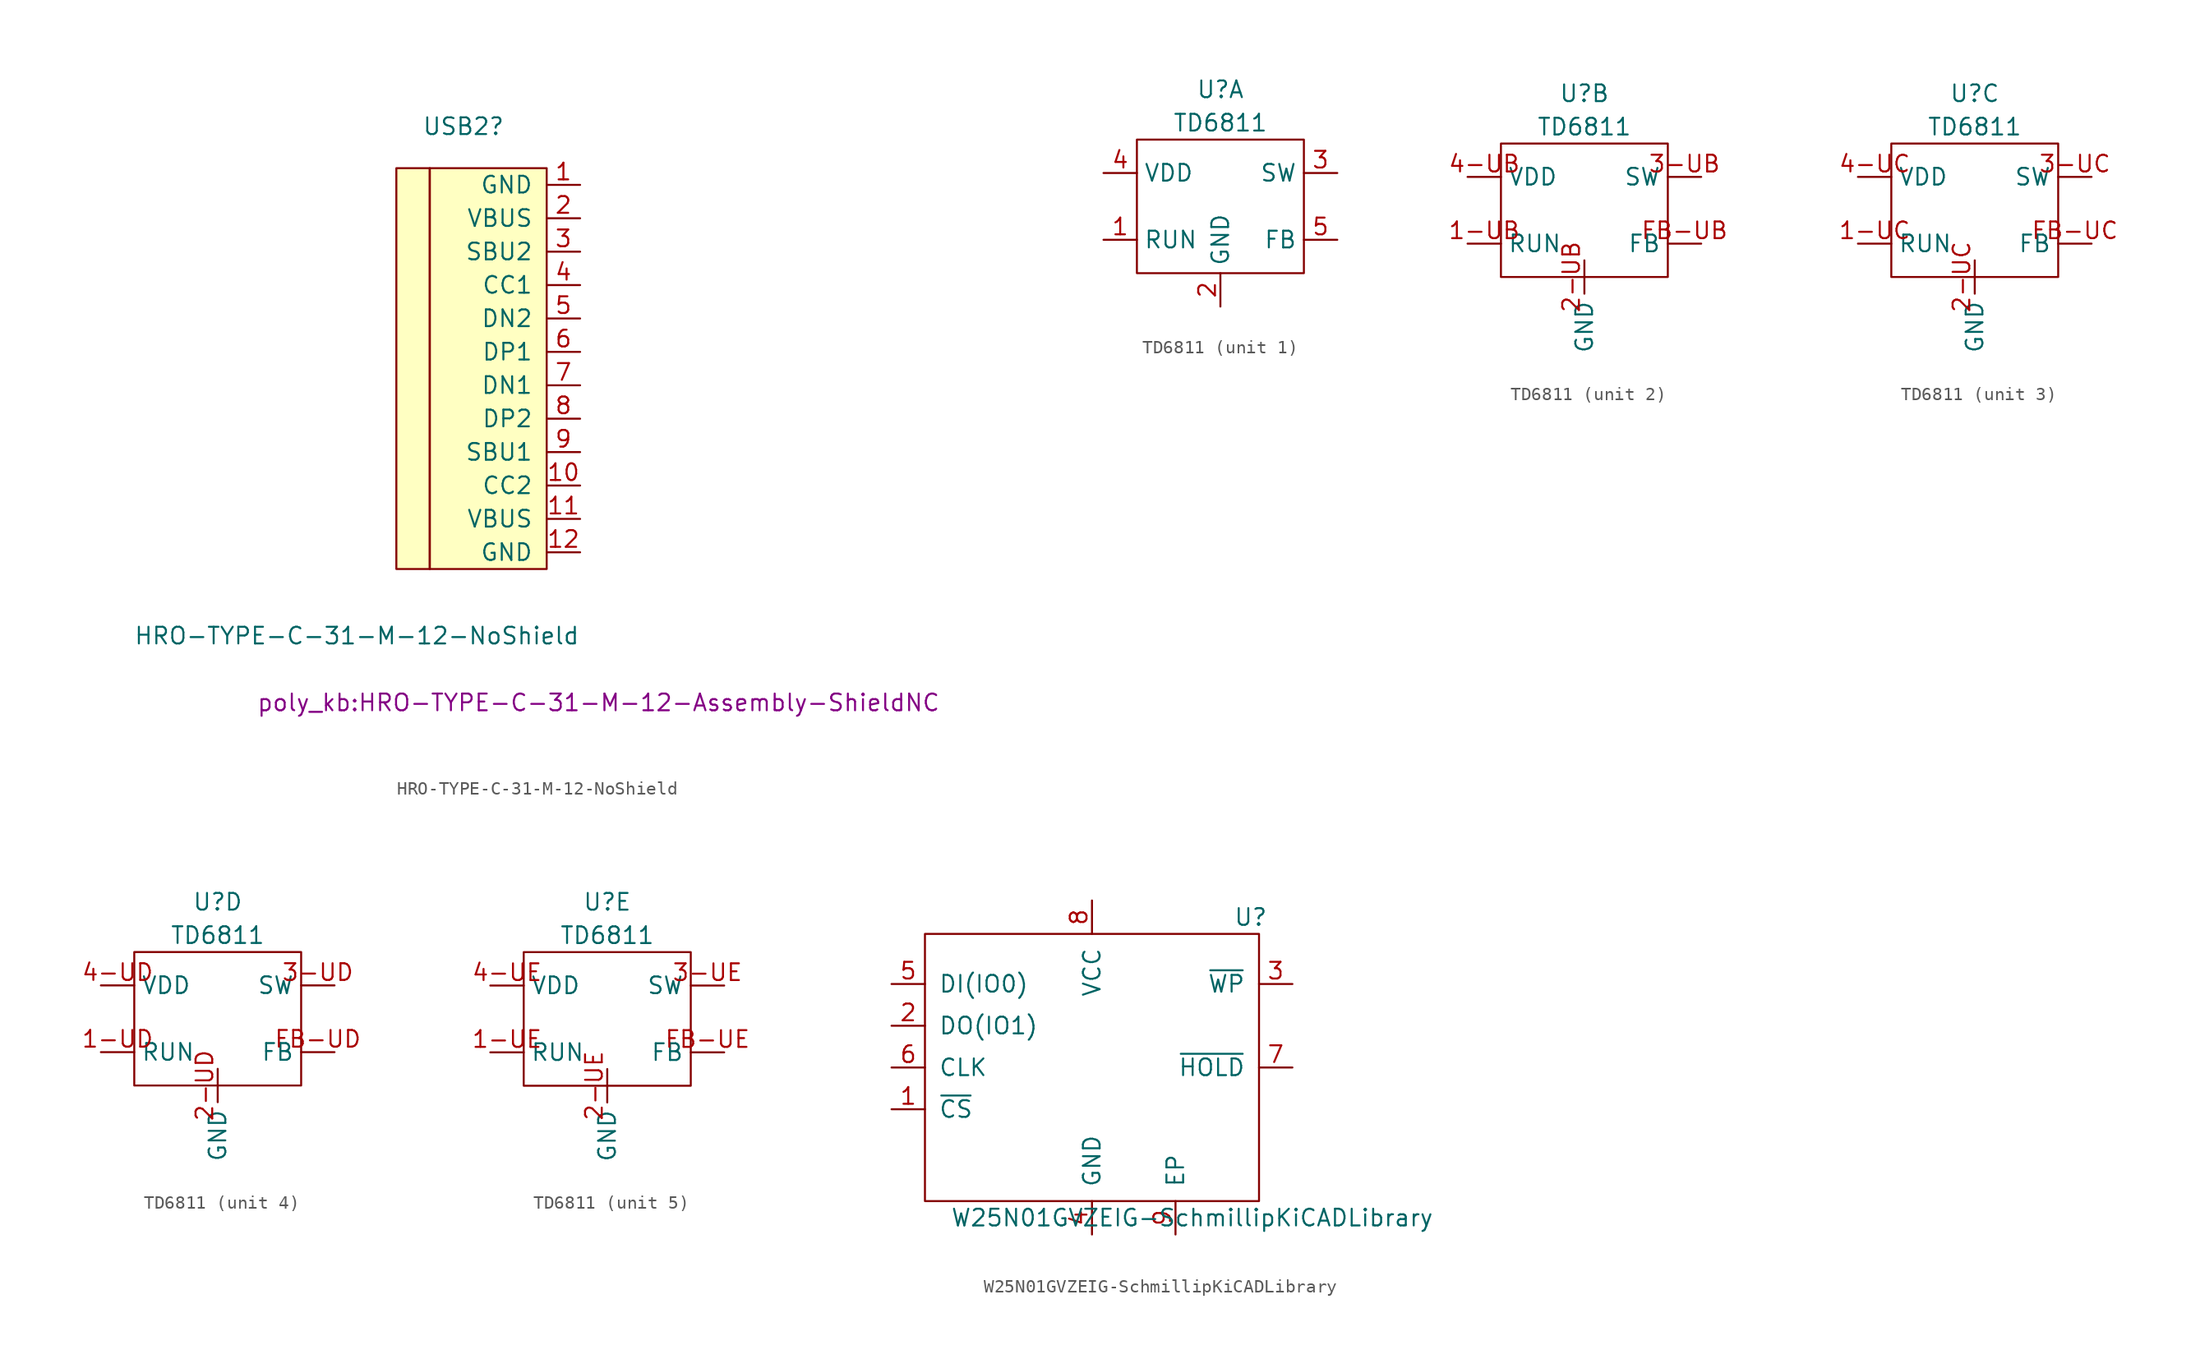
<source format=kicad_sym>
(kicad_symbol_lib
  (version 20211014)
  (generator kicad_symbol_editor)
  (symbol "HRO-TYPE-C-31-M-12-NoShield"
    (pin_names
      (offset 1.016))
    (property "Reference" "USB2"
      (at -3.175 18.415 0)
      (effects (font (size 1.27 1.27)) (justify right)))
    (property "Value" "HRO-TYPE-C-31-M-12-NoShield"
      (at 2.54 -20.32 0)
      (effects (font (size 1.27 1.27)) (justify right)))
    (property "Footprint" "poly_kb:HRO-TYPE-C-31-M-12-Assembly-ShieldNC"
      (at 3.937 -25.4 0)
      (effects (font (size 1.27 1.27))))
    (symbol "HRO-TYPE-C-31-M-12-NoShield_0_1"
      (rectangle (start -11.43 15.24) (end -8.89 -15.24) (stroke (width 0) (type default) (color 0 0 0 0)) (fill (type background)))
      (rectangle (start -8.89 15.24) (end 0 -15.24) (stroke (width 0) (type default) (color 0 0 0 0)) (fill (type background))))
    (symbol "HRO-TYPE-C-31-M-12-NoShield_1_1"
      (pin input line (at 2.54 13.97 180) (length 2.54) (name "GND" (effects (font (size 1.27 1.27)))) (number "1" (effects (font (size 1.27 1.27)))))
      (pin input line (at 2.54 -8.89 180) (length 2.54) (name "CC2" (effects (font (size 1.27 1.27)))) (number "10" (effects (font (size 1.27 1.27)))))
      (pin input line (at 2.54 -11.43 180) (length 2.54) (name "VBUS" (effects (font (size 1.27 1.27)))) (number "11" (effects (font (size 1.27 1.27)))))
      (pin input line (at 2.54 -13.97 180) (length 2.54) (name "GND" (effects (font (size 1.27 1.27)))) (number "12" (effects (font (size 1.27 1.27)))))
      (pin input line (at 2.54 11.43 180) (length 2.54) (name "VBUS" (effects (font (size 1.27 1.27)))) (number "2" (effects (font (size 1.27 1.27)))))
      (pin input line (at 2.54 8.89 180) (length 2.54) (name "SBU2" (effects (font (size 1.27 1.27)))) (number "3" (effects (font (size 1.27 1.27)))))
      (pin input line (at 2.54 6.35 180) (length 2.54) (name "CC1" (effects (font (size 1.27 1.27)))) (number "4" (effects (font (size 1.27 1.27)))))
      (pin input line (at 2.54 3.81 180) (length 2.54) (name "DN2" (effects (font (size 1.27 1.27)))) (number "5" (effects (font (size 1.27 1.27)))))
      (pin input line (at 2.54 1.27 180) (length 2.54) (name "DP1" (effects (font (size 1.27 1.27)))) (number "6" (effects (font (size 1.27 1.27)))))
      (pin input line (at 2.54 -1.27 180) (length 2.54) (name "DN1" (effects (font (size 1.27 1.27)))) (number "7" (effects (font (size 1.27 1.27)))))
      (pin input line (at 2.54 -3.81 180) (length 2.54) (name "DP2" (effects (font (size 1.27 1.27)))) (number "8" (effects (font (size 1.27 1.27)))))
      (pin input line (at 2.54 -6.35 180) (length 2.54) (name "SBU1" (effects (font (size 1.27 1.27)))) (number "9" (effects (font (size 1.27 1.27)))))))
  (symbol "TD6811"
    (property "Reference" "U"
      (at 0 8.89 0)
      (effects (font (size 1.27 1.27))))
    (property "Value" "TD6811"
      (at 0 6.35 0)
      (effects (font (size 1.27 1.27))))
    (symbol "TD6811_0_1"
      (rectangle (start -6.35 5.08) (end 6.35 -5.08) (stroke (width 0.152) (type default) (color 0 0 0 0)) (fill (type none))))
    (symbol "TD6811_1_1"
      (pin input line (at -8.89 -2.54 0) (length 2.54) (name "RUN" (effects (font (size 1.27 1.27)))) (number "1" (effects (font (size 1.27 1.27)))))
      (pin input line (at 0 -7.62 90) (length 2.54) (name "GND" (effects (font (size 1.27 1.27)))) (number "2" (effects (font (size 1.27 1.27)))))
      (pin output line (at 8.89 2.54 180) (length 2.54) (name "SW" (effects (font (size 1.27 1.27)))) (number "3" (effects (font (size 1.27 1.27)))))
      (pin input line (at -8.89 2.54 0) (length 2.54) (name "VDD" (effects (font (size 1.27 1.27)))) (number "4" (effects (font (size 1.27 1.27)))))
      (pin input line (at 8.89 -2.54 180) (length 2.54) (name "FB" (effects (font (size 1.27 1.27)))) (number "5" (effects (font (size 1.27 1.27))))))
    (symbol "TD6811_2_1"
      (pin input line (at -8.89 -2.54 0) (length 2.54) (name "RUN" (effects (font (size 1.27 1.27)))) (number "1-UB" (effects (font (size 1.27 1.27)))))
      (pin input line (at 0 -3.81 270) (length 2.54) (name "GND" (effects (font (size 1.27 1.27)))) (number "2-UB" (effects (font (size 1.27 1.27)))))
      (pin output line (at 8.89 2.54 180) (length 2.54) (name "SW" (effects (font (size 1.27 1.27)))) (number "3-UB" (effects (font (size 1.27 1.27)))))
      (pin input line (at -8.89 2.54 0) (length 2.54) (name "VDD" (effects (font (size 1.27 1.27)))) (number "4-UB" (effects (font (size 1.27 1.27)))))
      (pin input line (at 8.89 -2.54 180) (length 2.54) (name "FB" (effects (font (size 1.27 1.27)))) (number "FB-UB" (effects (font (size 1.27 1.27))))))
    (symbol "TD6811_3_1"
      (pin input line (at -8.89 -2.54 0) (length 2.54) (name "RUN" (effects (font (size 1.27 1.27)))) (number "1-UC" (effects (font (size 1.27 1.27)))))
      (pin input line (at 0 -3.81 270) (length 2.54) (name "GND" (effects (font (size 1.27 1.27)))) (number "2-UC" (effects (font (size 1.27 1.27)))))
      (pin output line (at 8.89 2.54 180) (length 2.54) (name "SW" (effects (font (size 1.27 1.27)))) (number "3-UC" (effects (font (size 1.27 1.27)))))
      (pin input line (at -8.89 2.54 0) (length 2.54) (name "VDD" (effects (font (size 1.27 1.27)))) (number "4-UC" (effects (font (size 1.27 1.27)))))
      (pin input line (at 8.89 -2.54 180) (length 2.54) (name "FB" (effects (font (size 1.27 1.27)))) (number "FB-UC" (effects (font (size 1.27 1.27))))))
    (symbol "TD6811_4_1"
      (pin input line (at -8.89 -2.54 0) (length 2.54) (name "RUN" (effects (font (size 1.27 1.27)))) (number "1-UD" (effects (font (size 1.27 1.27)))))
      (pin input line (at 0 -3.81 270) (length 2.54) (name "GND" (effects (font (size 1.27 1.27)))) (number "2-UD" (effects (font (size 1.27 1.27)))))
      (pin output line (at 8.89 2.54 180) (length 2.54) (name "SW" (effects (font (size 1.27 1.27)))) (number "3-UD" (effects (font (size 1.27 1.27)))))
      (pin input line (at -8.89 2.54 0) (length 2.54) (name "VDD" (effects (font (size 1.27 1.27)))) (number "4-UD" (effects (font (size 1.27 1.27)))))
      (pin input line (at 8.89 -2.54 180) (length 2.54) (name "FB" (effects (font (size 1.27 1.27)))) (number "FB-UD" (effects (font (size 1.27 1.27))))))
    (symbol "TD6811_5_1"
      (pin input line (at -8.89 -2.54 0) (length 2.54) (name "RUN" (effects (font (size 1.27 1.27)))) (number "1-UE" (effects (font (size 1.27 1.27)))))
      (pin input line (at 0 -3.81 270) (length 2.54) (name "GND" (effects (font (size 1.27 1.27)))) (number "2-UE" (effects (font (size 1.27 1.27)))))
      (pin output line (at 8.89 2.54 180) (length 2.54) (name "SW" (effects (font (size 1.27 1.27)))) (number "3-UE" (effects (font (size 1.27 1.27)))))
      (pin input line (at -8.89 2.54 0) (length 2.54) (name "VDD" (effects (font (size 1.27 1.27)))) (number "4-UE" (effects (font (size 1.27 1.27)))))
      (pin input line (at 8.89 -2.54 180) (length 2.54) (name "FB" (effects (font (size 1.27 1.27)))) (number "FB-UE" (effects (font (size 1.27 1.27)))))))
  (symbol "W25N01GVZEIG-SchmillipKiCADLibrary"
    (pin_names
      (offset 1.016))
    (property "Reference" "U"
      (at 12.065 11.43 0)
      (effects (font (size 1.27 1.27))))
    (property "Value" "W25N01GVZEIG-SchmillipKiCADLibrary"
      (at 7.62 -11.43 0)
      (effects (font (size 1.27 1.27))))
    (symbol "W25N01GVZEIG-SchmillipKiCADLibrary_0_1"
      (rectangle (start -12.7 10.16) (end 12.7 -10.16) (stroke (width 0) (type default) (color 0 0 0 0)) (fill (type none))))
    (symbol "W25N01GVZEIG-SchmillipKiCADLibrary_1_1"
      (pin input line (at -15.24 -3.175 0) (length 2.54) (name "~{CS}" (effects (font (size 1.27 1.27)))) (number "1" (effects (font (size 1.27 1.27)))))
      (pin output line (at -15.24 3.175 0) (length 2.54) (name "DO(IO1)" (effects (font (size 1.27 1.27)))) (number "2" (effects (font (size 1.27 1.27)))))
      (pin input line (at 15.24 6.35 180) (length 2.54) (name "~{WP}" (effects (font (size 1.27 1.27)))) (number "3" (effects (font (size 1.27 1.27)))))
      (pin power_in line (at 0 -12.7 90) (length 2.54) (name "GND" (effects (font (size 1.27 1.27)))) (number "4" (effects (font (size 1.27 1.27)))))
      (pin input line (at -15.24 6.35 0) (length 2.54) (name "DI(IO0)" (effects (font (size 1.27 1.27)))) (number "5" (effects (font (size 1.27 1.27)))))
      (pin input line (at -15.24 0 0) (length 2.54) (name "CLK" (effects (font (size 1.27 1.27)))) (number "6" (effects (font (size 1.27 1.27)))))
      (pin input line (at 15.24 0 180) (length 2.54) (name "~{HOLD}" (effects (font (size 1.27 1.27)))) (number "7" (effects (font (size 1.27 1.27)))))
      (pin power_in line (at 0 12.7 270) (length 2.54) (name "VCC" (effects (font (size 1.27 1.27)))) (number "8" (effects (font (size 1.27 1.27)))))
      (pin unspecified line (at 6.35 -12.7 90) (length 2.54) (name "EP" (effects (font (size 1.27 1.27)))) (number "9" (effects (font (size 1.27 1.27))))))))
</source>
